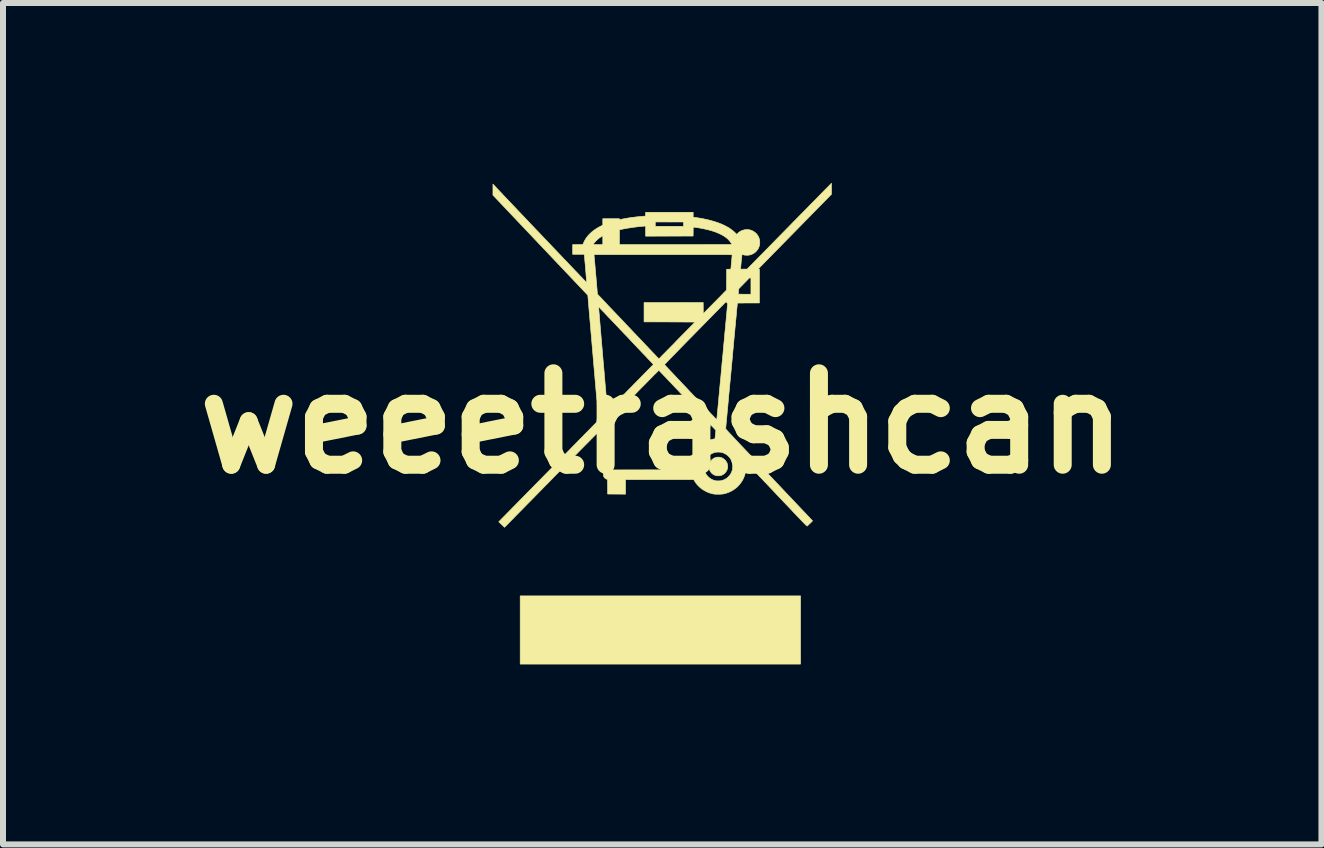
<source format=kicad_pcb>
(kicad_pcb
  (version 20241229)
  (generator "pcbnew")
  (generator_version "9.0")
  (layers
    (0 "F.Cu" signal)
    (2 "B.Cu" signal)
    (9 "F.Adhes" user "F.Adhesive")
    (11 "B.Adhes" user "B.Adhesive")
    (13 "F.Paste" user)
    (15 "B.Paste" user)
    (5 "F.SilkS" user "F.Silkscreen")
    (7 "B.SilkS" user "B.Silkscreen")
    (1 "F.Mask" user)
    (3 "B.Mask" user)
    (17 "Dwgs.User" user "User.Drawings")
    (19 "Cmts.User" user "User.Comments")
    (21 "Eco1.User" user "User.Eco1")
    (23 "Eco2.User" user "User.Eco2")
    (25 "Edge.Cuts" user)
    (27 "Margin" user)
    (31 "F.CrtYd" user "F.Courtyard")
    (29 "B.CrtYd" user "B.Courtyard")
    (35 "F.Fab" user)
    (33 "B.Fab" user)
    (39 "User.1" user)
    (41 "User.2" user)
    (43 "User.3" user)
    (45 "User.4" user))
  (footprint "weeetrashcan"
    (layer "F.Cu")
    (at 7.99 4.008)
    (property "Reference" "weeetrashcan" (at 0 0 0) (layer "F.SilkS") (effects (font (size 1.524 1.524) (thickness 0.3))))
    (attr through_hole)
    (fp_poly (pts (xy 2.306 4.013) (xy -2.368 4.013) (xy -2.368 2.876) (xy 2.306 2.876) (xy 2.306 4.013)) (stroke (width 0.01) (type solid)) (fill yes) (layer "F.SilkS"))
    (fp_poly (pts (xy 0.947 0.563) (xy 0.976 0.568) (xy 1.002 0.578) (xy 1.026 0.593) (xy 1.047 0.611) (xy 1.064 0.632) (xy 1.078 0.655) (xy 1.087 0.681) (xy 1.091 0.708) (xy 1.091 0.736) (xy 1.09 0.744) (xy 1.082 0.772) (xy 1.069 0.798) (xy 1.052 0.821) (xy 1.032 0.841) (xy 1.008 0.857) (xy 0.981 0.868) (xy 0.974 0.871) (xy 0.959 0.873) (xy 0.942 0.874) (xy 0.923 0.874) (xy 0.907 0.873) (xy 0.896 0.871) (xy 0.868 0.86) (xy 0.843 0.846) (xy 0.821 0.827) (xy 0.804 0.804) (xy 0.79 0.779) (xy 0.789 0.775) (xy 0.783 0.754) (xy 0.78 0.731) (xy 0.779 0.708) (xy 0.782 0.686) (xy 0.783 0.68) (xy 0.793 0.654) (xy 0.807 0.63) (xy 0.825 0.609) (xy 0.846 0.591) (xy 0.869 0.577) (xy 0.895 0.568) (xy 0.921 0.563) (xy 0.947 0.563)) (stroke (width 0.01) (type solid)) (fill yes) (layer "F.SilkS"))
    (fp_poly (pts (xy 2.822 -3.912) (xy 2.822 -3.82) (xy 2.21 -3.196) (xy 1.598 -2.572) (xy 1.609 -2.572) (xy 1.62 -2.571) (xy 1.62 -2.007) (xy 1.437 -2.007) (xy 1.405 -2.007) (xy 1.375 -2.007) (xy 1.347 -2.006) (xy 1.322 -2.006) (xy 1.3 -2.006) (xy 1.282 -2.006) (xy 1.268 -2.006) (xy 1.258 -2.006) (xy 1.253 -2.005) (xy 1.253 -2.005) (xy 1.253 -2.002) (xy 1.252 -1.994) (xy 1.251 -1.981) (xy 1.249 -1.962) (xy 1.247 -1.939) (xy 1.244 -1.911) (xy 1.241 -1.878) (xy 1.238 -1.841) (xy 1.234 -1.801) (xy 1.23 -1.756) (xy 1.225 -1.708) (xy 1.221 -1.656) (xy 1.215 -1.601) (xy 1.21 -1.543) (xy 1.204 -1.482) (xy 1.198 -1.418) (xy 1.192 -1.352) (xy 1.186 -1.283) (xy 1.179 -1.213) (xy 1.173 -1.14) (xy 1.166 -1.066) (xy 1.159 -0.99) (xy 1.156 -0.959) (xy 1.149 -0.883) (xy 1.142 -0.808) (xy 1.135 -0.735) (xy 1.128 -0.663) (xy 1.122 -0.594) (xy 1.115 -0.526) (xy 1.109 -0.462) (xy 1.104 -0.399) (xy 1.098 -0.34) (xy 1.093 -0.283) (xy 1.088 -0.23) (xy 1.083 -0.18) (xy 1.079 -0.133) (xy 1.075 -0.091) (xy 1.071 -0.052) (xy 1.068 -0.017) (xy 1.065 0.013) (xy 1.063 0.038) (xy 1.061 0.059) (xy 1.06 0.075) (xy 1.059 0.086) (xy 1.058 0.091) (xy 1.058 0.092) (xy 1.059 0.093) (xy 1.063 0.097) (xy 1.068 0.104) (xy 1.076 0.112) (xy 1.086 0.123) (xy 1.098 0.137) (xy 1.113 0.153) (xy 1.131 0.172) (xy 1.151 0.193) (xy 1.174 0.218) (xy 1.2 0.246) (xy 1.228 0.276) (xy 1.26 0.31) (xy 1.295 0.347) (xy 1.333 0.387) (xy 1.374 0.431) (xy 1.419 0.478) (xy 1.467 0.528) (xy 1.518 0.582) (xy 1.573 0.64) (xy 1.632 0.702) (xy 1.694 0.768) (xy 1.76 0.838) (xy 1.782 0.861) (xy 1.835 0.916) (xy 1.887 0.971) (xy 1.938 1.024) (xy 1.987 1.076) (xy 2.035 1.127) (xy 2.081 1.176) (xy 2.126 1.223) (xy 2.169 1.269) (xy 2.21 1.312) (xy 2.249 1.353) (xy 2.286 1.392) (xy 2.32 1.428) (xy 2.352 1.462) (xy 2.382 1.493) (xy 2.408 1.521) (xy 2.432 1.546) (xy 2.453 1.568) (xy 2.47 1.587) (xy 2.484 1.602) (xy 2.495 1.613) (xy 2.502 1.621) (xy 2.506 1.625) (xy 2.506 1.625) (xy 2.504 1.628) (xy 2.499 1.633) (xy 2.491 1.641) (xy 2.481 1.651) (xy 2.47 1.662) (xy 2.458 1.673) (xy 2.446 1.684) (xy 2.436 1.694) (xy 2.427 1.703) (xy 2.42 1.709) (xy 2.417 1.711) (xy 2.416 1.711) (xy 2.416 1.712) (xy 2.415 1.711) (xy 2.413 1.711) (xy 2.411 1.71) (xy 2.408 1.707) (xy 2.405 1.704) (xy 2.4 1.7) (xy 2.395 1.695) (xy 2.388 1.688) (xy 2.379 1.68) (xy 2.37 1.67) (xy 2.358 1.658) (xy 2.345 1.645) (xy 2.33 1.629) (xy 2.312 1.611) (xy 2.293 1.59) (xy 2.271 1.567) (xy 2.246 1.542) (xy 2.219 1.513) (xy 2.189 1.482) (xy 2.157 1.447) (xy 2.121 1.409) (xy 2.082 1.368) (xy 2.039 1.323) (xy 1.993 1.275) (xy 1.944 1.223) (xy 1.903 1.18) (xy 1.859 1.133) (xy 1.816 1.088) (xy 1.774 1.044) (xy 1.734 1.001) (xy 1.694 0.96) (xy 1.657 0.92) (xy 1.621 0.883) (xy 1.588 0.847) (xy 1.556 0.814) (xy 1.527 0.783) (xy 1.5 0.755) (xy 1.476 0.73) (xy 1.455 0.708) (xy 1.437 0.688) (xy 1.422 0.672) (xy 1.41 0.66) (xy 1.401 0.651) (xy 1.396 0.646) (xy 1.395 0.645) (xy 1.395 0.648) (xy 1.395 0.655) (xy 1.396 0.666) (xy 1.397 0.679) (xy 1.397 0.682) (xy 1.399 0.73) (xy 1.395 0.779) (xy 1.386 0.827) (xy 1.374 0.867) (xy 1.356 0.914) (xy 1.333 0.958) (xy 1.305 0.999) (xy 1.273 1.037) (xy 1.238 1.071) (xy 1.198 1.101) (xy 1.156 1.127) (xy 1.11 1.149) (xy 1.061 1.166) (xy 1.026 1.175) (xy 1.016 1.177) (xy 1.006 1.178) (xy 0.996 1.179) (xy 0.984 1.18) (xy 0.97 1.181) (xy 0.951 1.181) (xy 0.934 1.181) (xy 0.912 1.181) (xy 0.895 1.181) (xy 0.881 1.18) (xy 0.87 1.179) (xy 0.86 1.178) (xy 0.85 1.176) (xy 0.843 1.175) (xy 0.792 1.161) (xy 0.744 1.142) (xy 0.699 1.118) (xy 0.657 1.091) (xy 0.619 1.059) (xy 0.584 1.023) (xy 0.553 0.983) (xy 0.536 0.956) (xy 0.524 0.937) (xy -0.612 0.937) (xy -0.612 1.18) (xy -0.761 1.179) (xy -0.91 1.178) (xy -0.911 1.056) (xy -0.911 1.026) (xy -0.911 1.002) (xy -0.912 0.982) (xy -0.912 0.966) (xy -0.912 0.954) (xy -0.913 0.946) (xy -0.913 0.94) (xy -0.914 0.936) (xy -0.915 0.935) (xy -0.916 0.934) (xy -0.923 0.932) (xy -0.933 0.928) (xy -0.944 0.921) (xy -0.954 0.914) (xy -0.957 0.911) (xy -0.96 0.908) (xy -0.963 0.905) (xy -0.966 0.903) (xy -0.968 0.9) (xy -0.97 0.897) (xy -0.972 0.892) (xy -0.974 0.887) (xy -0.976 0.881) (xy -0.978 0.872) (xy -0.98 0.862) (xy -0.981 0.85) (xy -0.983 0.835) (xy -0.985 0.817) (xy -0.987 0.796) (xy -0.99 0.772) (xy -0.992 0.744) (xy -0.995 0.712) (xy -0.998 0.675) (xy -1.002 0.635) (xy -1.006 0.589) (xy -1.01 0.538) (xy -1.013 0.5) (xy -1.017 0.454) (xy -1.021 0.411) (xy -1.025 0.369) (xy -1.028 0.329) (xy -1.031 0.292) (xy -1.034 0.258) (xy -1.037 0.227) (xy -1.04 0.199) (xy -1.042 0.176) (xy -1.044 0.156) (xy -1.045 0.141) (xy -1.046 0.131) (xy -1.047 0.127) (xy -1.047 0.126) (xy -1.049 0.128) (xy -1.055 0.134) (xy -1.065 0.143) (xy -1.078 0.156) (xy -1.094 0.173) (xy -1.114 0.193) (xy -1.137 0.216) (xy -1.163 0.242) (xy -1.192 0.271) (xy -1.223 0.303) (xy -1.257 0.337) (xy -1.294 0.374) (xy -1.333 0.414) (xy -1.374 0.455) (xy -1.417 0.499) (xy -1.462 0.545) (xy -1.509 0.592) (xy -1.557 0.641) (xy -1.607 0.692) (xy -1.658 0.744) (xy -1.71 0.798) (xy -1.764 0.852) (xy -1.794 0.882) (xy -1.848 0.938) (xy -1.902 0.993) (xy -1.955 1.046) (xy -2.006 1.099) (xy -2.057 1.151) (xy -2.106 1.201) (xy -2.153 1.249) (xy -2.199 1.296) (xy -2.243 1.34) (xy -2.285 1.383) (xy -2.325 1.424) (xy -2.363 1.462) (xy -2.398 1.498) (xy -2.431 1.531) (xy -2.461 1.562) (xy -2.488 1.59) (xy -2.512 1.614) (xy -2.533 1.635) (xy -2.55 1.653) (xy -2.565 1.668) (xy -2.575 1.679) (xy -2.582 1.685) (xy -2.584 1.687) (xy -2.629 1.733) (xy -2.677 1.687) (xy -2.725 1.641) (xy -1.916 0.818) (xy -1.86 0.761) (xy -1.804 0.704) (xy -1.75 0.649) (xy -1.696 0.594) (xy -1.644 0.541) (xy -1.593 0.49) (xy -1.544 0.44) (xy -1.497 0.391) (xy -1.451 0.345) (xy -1.408 0.301) (xy -1.367 0.259) (xy -1.327 0.219) (xy -1.291 0.181) (xy -1.257 0.147) (xy -1.225 0.115) (xy -1.196 0.085) (xy -1.171 0.059) (xy -1.148 0.036) (xy -1.129 0.016) (xy -1.112 -0.000081) (xy -1.1 -0.013) (xy -1.091 -0.022) (xy -1.086 -0.027) (xy -1.085 -0.028) (xy -1.083 -0.03) (xy -0.898 -0.03) (xy -0.896 -0.017) (xy -0.896 -0.013) (xy -0.895 -0.003) (xy -0.894 0.011) (xy -0.892 0.03) (xy -0.89 0.054) (xy -0.888 0.081) (xy -0.885 0.112) (xy -0.882 0.147) (xy -0.879 0.184) (xy -0.875 0.224) (xy -0.872 0.266) (xy -0.868 0.31) (xy -0.864 0.355) (xy -0.862 0.38) (xy -0.858 0.426) (xy -0.854 0.47) (xy -0.851 0.513) (xy -0.847 0.554) (xy -0.844 0.592) (xy -0.841 0.627) (xy -0.838 0.66) (xy -0.836 0.688) (xy -0.833 0.713) (xy -0.831 0.734) (xy -0.83 0.75) (xy -0.829 0.762) (xy -0.828 0.769) (xy -0.828 0.77) (xy -0.827 0.776) (xy -0.178 0.775) (xy 0.472 0.775) (xy 0.472 0.718) (xy 0.694 0.718) (xy 0.697 0.756) (xy 0.704 0.79) (xy 0.717 0.823) (xy 0.734 0.853) (xy 0.757 0.881) (xy 0.765 0.889) (xy 0.793 0.914) (xy 0.824 0.933) (xy 0.857 0.948) (xy 0.885 0.955) (xy 0.901 0.958) (xy 0.92 0.959) (xy 0.941 0.959) (xy 0.962 0.958) (xy 0.98 0.956) (xy 0.984 0.955) (xy 1.019 0.945) (xy 1.051 0.93) (xy 1.081 0.911) (xy 1.107 0.887) (xy 1.13 0.86) (xy 1.149 0.829) (xy 1.163 0.796) (xy 1.17 0.773) (xy 1.173 0.754) (xy 1.175 0.732) (xy 1.175 0.708) (xy 1.173 0.685) (xy 1.17 0.664) (xy 1.169 0.66) (xy 1.157 0.625) (xy 1.14 0.592) (xy 1.118 0.563) (xy 1.093 0.537) (xy 1.064 0.516) (xy 1.032 0.498) (xy 0.997 0.486) (xy 0.995 0.485) (xy 0.974 0.481) (xy 0.95 0.479) (xy 0.925 0.479) (xy 0.9 0.48) (xy 0.879 0.484) (xy 0.876 0.485) (xy 0.841 0.497) (xy 0.81 0.513) (xy 0.781 0.533) (xy 0.765 0.548) (xy 0.741 0.576) (xy 0.721 0.606) (xy 0.707 0.639) (xy 0.698 0.674) (xy 0.694 0.711) (xy 0.694 0.718) (xy 0.472 0.718) (xy 0.472 0.715) (xy 0.473 0.693) (xy 0.473 0.676) (xy 0.474 0.661) (xy 0.475 0.649) (xy 0.477 0.637) (xy 0.479 0.627) (xy 0.493 0.577) (xy 0.512 0.529) (xy 0.535 0.484) (xy 0.562 0.442) (xy 0.594 0.403) (xy 0.631 0.368) (xy 0.671 0.337) (xy 0.715 0.31) (xy 0.729 0.303) (xy 0.746 0.295) (xy 0.766 0.287) (xy 0.787 0.28) (xy 0.809 0.273) (xy 0.829 0.267) (xy 0.848 0.263) (xy 0.863 0.26) (xy 0.871 0.26) (xy 0.877 0.258) (xy 0.879 0.256) (xy 0.88 0.252) (xy 0.881 0.244) (xy 0.882 0.231) (xy 0.884 0.215) (xy 0.886 0.197) (xy 0.887 0.184) (xy 0.894 0.115) (xy 0.42 -0.385) (xy 0.377 -0.43) (xy 0.336 -0.474) (xy 0.295 -0.516) (xy 0.256 -0.558) (xy 0.218 -0.597) (xy 0.182 -0.635) (xy 0.148 -0.671) (xy 0.116 -0.704) (xy 0.086 -0.736) (xy 0.059 -0.765) (xy 0.034 -0.791) (xy 0.012 -0.814) (xy -0.008 -0.834) (xy -0.024 -0.852) (xy -0.038 -0.865) (xy -0.047 -0.876) (xy -0.054 -0.882) (xy -0.057 -0.885) (xy -0.057 -0.885) (xy -0.059 -0.883) (xy -0.065 -0.877) (xy -0.074 -0.867) (xy -0.087 -0.854) (xy -0.103 -0.838) (xy -0.123 -0.819) (xy -0.145 -0.797) (xy -0.169 -0.772) (xy -0.197 -0.744) (xy -0.226 -0.714) (xy -0.258 -0.682) (xy -0.291 -0.648) (xy -0.327 -0.612) (xy -0.364 -0.575) (xy -0.402 -0.536) (xy -0.441 -0.495) (xy -0.479 -0.458) (xy -0.898 -0.03) (xy -1.083 -0.03) (xy -1.061 -0.052) (xy -1.151 -1.094) (xy -1.224 -1.942) (xy -1.06 -1.942) (xy -1.06 -1.939) (xy -1.06 -1.931) (xy -1.059 -1.918) (xy -1.057 -1.899) (xy -1.055 -1.876) (xy -1.053 -1.849) (xy -1.05 -1.818) (xy -1.047 -1.783) (xy -1.044 -1.745) (xy -1.041 -1.703) (xy -1.037 -1.658) (xy -1.033 -1.61) (xy -1.029 -1.56) (xy -1.024 -1.508) (xy -1.02 -1.454) (xy -1.015 -1.398) (xy -1.01 -1.341) (xy -1.005 -1.283) (xy -1 -1.223) (xy -0.995 -1.163) (xy -0.99 -1.103) (xy -0.985 -1.043) (xy -0.979 -0.983) (xy -0.974 -0.923) (xy -0.969 -0.864) (xy -0.964 -0.805) (xy -0.959 -0.748) (xy -0.955 -0.693) (xy -0.95 -0.639) (xy -0.945 -0.587) (xy -0.941 -0.538) (xy -0.937 -0.491) (xy -0.933 -0.446) (xy -0.93 -0.405) (xy -0.926 -0.367) (xy -0.923 -0.333) (xy -0.921 -0.302) (xy -0.918 -0.276) (xy -0.916 -0.254) (xy -0.915 -0.237) (xy -0.914 -0.224) (xy -0.913 -0.217) (xy -0.913 -0.215) (xy -0.911 -0.205) (xy -0.858 -0.258) (xy -0.85 -0.266) (xy -0.839 -0.278) (xy -0.824 -0.293) (xy -0.805 -0.312) (xy -0.784 -0.333) (xy -0.76 -0.358) (xy -0.734 -0.384) (xy -0.705 -0.413) (xy -0.675 -0.444) (xy -0.643 -0.477) (xy -0.609 -0.511) (xy -0.575 -0.547) (xy -0.539 -0.583) (xy -0.502 -0.62) (xy -0.476 -0.647) (xy -0.149 -0.98) (xy 0.038 -0.98) (xy 0.04 -0.978) (xy 0.046 -0.971) (xy 0.055 -0.962) (xy 0.067 -0.948) (xy 0.082 -0.932) (xy 0.1 -0.912) (xy 0.121 -0.89) (xy 0.144 -0.866) (xy 0.17 -0.839) (xy 0.197 -0.81) (xy 0.226 -0.779) (xy 0.257 -0.746) (xy 0.289 -0.713) (xy 0.322 -0.677) (xy 0.356 -0.642) (xy 0.391 -0.605) (xy 0.426 -0.568) (xy 0.461 -0.53) (xy 0.497 -0.493) (xy 0.532 -0.455) (xy 0.568 -0.418) (xy 0.602 -0.382) (xy 0.636 -0.346) (xy 0.669 -0.312) (xy 0.7 -0.279) (xy 0.73 -0.247) (xy 0.759 -0.217) (xy 0.786 -0.189) (xy 0.81 -0.163) (xy 0.833 -0.14) (xy 0.853 -0.119) (xy 0.87 -0.101) (xy 0.884 -0.086) (xy 0.896 -0.075) (xy 0.904 -0.067) (xy 0.908 -0.062) (xy 0.909 -0.062) (xy 0.909 -0.065) (xy 0.91 -0.073) (xy 0.912 -0.087) (xy 0.913 -0.105) (xy 0.916 -0.128) (xy 0.918 -0.156) (xy 0.921 -0.189) (xy 0.925 -0.225) (xy 0.929 -0.266) (xy 0.933 -0.31) (xy 0.938 -0.358) (xy 0.942 -0.409) (xy 0.947 -0.464) (xy 0.953 -0.521) (xy 0.958 -0.582) (xy 0.964 -0.644) (xy 0.97 -0.71) (xy 0.977 -0.777) (xy 0.983 -0.846) (xy 0.99 -0.917) (xy 0.996 -0.99) (xy 1 -1.029) (xy 1.007 -1.102) (xy 1.014 -1.174) (xy 1.02 -1.244) (xy 1.026 -1.313) (xy 1.033 -1.379) (xy 1.039 -1.444) (xy 1.044 -1.505) (xy 1.05 -1.564) (xy 1.055 -1.621) (xy 1.06 -1.674) (xy 1.065 -1.724) (xy 1.069 -1.77) (xy 1.073 -1.813) (xy 1.077 -1.852) (xy 1.08 -1.887) (xy 1.083 -1.918) (xy 1.085 -1.944) (xy 1.087 -1.965) (xy 1.089 -1.982) (xy 1.09 -1.993) (xy 1.091 -1.999) (xy 1.091 -2) (xy 1.091 -2.004) (xy 1.088 -2.006) (xy 1.083 -2.007) (xy 1.078 -2.008) (xy 1.075 -2.01) (xy 1.073 -2.016) (xy 1.072 -2.022) (xy 1.071 -2.036) (xy 0.555 -1.51) (xy 0.51 -1.464) (xy 0.466 -1.419) (xy 0.423 -1.376) (xy 0.382 -1.334) (xy 0.342 -1.293) (xy 0.304 -1.254) (xy 0.268 -1.217) (xy 0.234 -1.182) (xy 0.202 -1.149) (xy 0.172 -1.119) (xy 0.145 -1.091) (xy 0.12 -1.066) (xy 0.099 -1.044) (xy 0.08 -1.024) (xy 0.065 -1.008) (xy 0.053 -0.996) (xy 0.044 -0.987) (xy 0.039 -0.981) (xy 0.038 -0.98) (xy -0.149 -0.98) (xy -0.146 -0.983) (xy -0.17 -1.007) (xy -0.174 -1.011) (xy -0.182 -1.02) (xy -0.193 -1.032) (xy -0.208 -1.047) (xy -0.226 -1.066) (xy -0.247 -1.088) (xy -0.27 -1.113) (xy -0.296 -1.14) (xy -0.325 -1.17) (xy -0.356 -1.203) (xy -0.388 -1.237) (xy -0.423 -1.273) (xy -0.459 -1.312) (xy -0.497 -1.351) (xy -0.535 -1.392) (xy -0.575 -1.435) (xy -0.616 -1.478) (xy -0.627 -1.488) (xy -0.667 -1.531) (xy -0.707 -1.573) (xy -0.745 -1.614) (xy -0.782 -1.653) (xy -0.818 -1.69) (xy -0.852 -1.726) (xy -0.884 -1.759) (xy -0.914 -1.79) (xy -0.941 -1.819) (xy -0.966 -1.846) (xy -0.989 -1.869) (xy -1.009 -1.89) (xy -1.026 -1.907) (xy -1.039 -1.921) (xy -1.05 -1.932) (xy -1.057 -1.939) (xy -1.06 -1.942) (xy -1.06 -1.942) (xy -1.224 -1.942) (xy -1.24 -2.136) (xy -2.822 -3.805) (xy -2.822 -3.897) (xy -2.822 -3.989) (xy -2.802 -3.967) (xy -2.793 -3.958) (xy -2.78 -3.944) (xy -2.765 -3.928) (xy -2.746 -3.908) (xy -2.724 -3.885) (xy -2.699 -3.859) (xy -2.672 -3.83) (xy -2.643 -3.799) (xy -2.611 -3.765) (xy -2.577 -3.729) (xy -2.541 -3.691) (xy -2.503 -3.651) (xy -2.463 -3.61) (xy -2.422 -3.566) (xy -2.38 -3.522) (xy -2.336 -3.476) (xy -2.291 -3.429) (xy -2.246 -3.381) (xy -2.2 -3.332) (xy -2.153 -3.283) (xy -2.106 -3.233) (xy -2.058 -3.184) (xy -2.011 -3.134) (xy -1.963 -3.084) (xy -1.916 -3.034) (xy -1.869 -2.985) (xy -1.823 -2.936) (xy -1.777 -2.889) (xy -1.733 -2.842) (xy -1.689 -2.796) (xy -1.647 -2.751) (xy -1.605 -2.708) (xy -1.566 -2.667) (xy -1.528 -2.627) (xy -1.492 -2.589) (xy -1.458 -2.553) (xy -1.426 -2.52) (xy -1.396 -2.489) (xy -1.369 -2.46) (xy -1.344 -2.435) (xy -1.323 -2.412) (xy -1.304 -2.392) (xy -1.288 -2.376) (xy -1.276 -2.363) (xy -1.267 -2.354) (xy -1.261 -2.348) (xy -1.259 -2.346) (xy -1.259 -2.35) (xy -1.26 -2.358) (xy -1.261 -2.371) (xy -1.262 -2.389) (xy -1.264 -2.41) (xy -1.266 -2.435) (xy -1.269 -2.463) (xy -1.271 -2.494) (xy -1.274 -2.527) (xy -1.277 -2.562) (xy -1.278 -2.58) (xy -1.281 -2.615) (xy -1.284 -2.649) (xy -1.287 -2.681) (xy -1.29 -2.711) (xy -1.292 -2.737) (xy -1.294 -2.761) (xy -1.296 -2.781) (xy -1.297 -2.796) (xy -1.298 -2.807) (xy -1.298 -2.813) (xy -1.298 -2.814) (xy -1.138 -2.814) (xy -1.136 -2.805) (xy -1.136 -2.801) (xy -1.135 -2.791) (xy -1.134 -2.777) (xy -1.132 -2.759) (xy -1.13 -2.736) (xy -1.128 -2.709) (xy -1.125 -2.679) (xy -1.122 -2.646) (xy -1.119 -2.61) (xy -1.116 -2.572) (xy -1.112 -2.532) (xy -1.109 -2.49) (xy -1.107 -2.475) (xy -1.08 -2.155) (xy -1.066 -2.139) (xy -1.062 -2.136) (xy -1.056 -2.128) (xy -1.045 -2.117) (xy -1.031 -2.103) (xy -1.014 -2.085) (xy -0.994 -2.064) (xy -0.971 -2.039) (xy -0.945 -2.012) (xy -0.917 -1.982) (xy -0.887 -1.95) (xy -0.854 -1.916) (xy -0.819 -1.879) (xy -0.782 -1.84) (xy -0.744 -1.8) (xy -0.704 -1.758) (xy -0.663 -1.715) (xy -0.621 -1.67) (xy -0.577 -1.624) (xy -0.553 -1.599) (xy -0.056 -1.075) (xy -0.042 -1.088) (xy -0.039 -1.092) (xy -0.031 -1.099) (xy -0.021 -1.11) (xy -0.007 -1.125) (xy 0.01 -1.142) (xy 0.03 -1.162) (xy 0.053 -1.185) (xy 0.077 -1.21) (xy 0.104 -1.237) (xy 0.133 -1.266) (xy 0.163 -1.297) (xy 0.195 -1.329) (xy 0.227 -1.363) (xy 0.259 -1.396) (xy 0.548 -1.689) (xy 0.122 -1.691) (xy -0.303 -1.692) (xy -0.303 -2.014) (xy 0.19 -2.014) (xy 0.683 -2.015) (xy 0.684 -1.922) (xy 0.684 -1.828) (xy 1.006 -2.155) (xy 1.267 -2.155) (xy 1.27 -2.155) (xy 1.278 -2.155) (xy 1.29 -2.154) (xy 1.306 -2.154) (xy 1.325 -2.154) (xy 1.347 -2.153) (xy 1.37 -2.153) (xy 1.373 -2.153) (xy 1.479 -2.153) (xy 1.479 -2.424) (xy 1.452 -2.424) (xy 1.364 -2.334) (xy 1.276 -2.244) (xy 1.271 -2.201) (xy 1.27 -2.186) (xy 1.269 -2.173) (xy 1.268 -2.163) (xy 1.267 -2.157) (xy 1.267 -2.155) (xy 1.006 -2.155) (xy 1.071 -2.222) (xy 1.074 -2.57) (xy 1.108 -2.57) (xy 1.123 -2.571) (xy 1.133 -2.571) (xy 1.139 -2.572) (xy 1.142 -2.573) (xy 1.144 -2.575) (xy 1.144 -2.577) (xy 1.145 -2.582) (xy 1.146 -2.59) (xy 1.147 -2.603) (xy 1.149 -2.62) (xy 1.15 -2.639) (xy 1.152 -2.66) (xy 1.154 -2.682) (xy 1.157 -2.704) (xy 1.159 -2.726) (xy 1.16 -2.747) (xy 1.162 -2.766) (xy 1.164 -2.783) (xy 1.165 -2.796) (xy 1.165 -2.805) (xy 1.166 -2.809) (xy 1.165 -2.809) (xy 1.165 -2.81) (xy 1.163 -2.81) (xy 1.161 -2.81) (xy 1.158 -2.811) (xy 1.154 -2.811) (xy 1.149 -2.811) (xy 1.142 -2.811) (xy 1.134 -2.812) (xy 1.123 -2.812) (xy 1.111 -2.812) (xy 1.097 -2.812) (xy 1.081 -2.813) (xy 1.062 -2.813) (xy 1.041 -2.813) (xy 1.016 -2.813) (xy 0.989 -2.813) (xy 0.959 -2.813) (xy 0.926 -2.813) (xy 0.89 -2.813) (xy 0.85 -2.813) (xy 0.806 -2.814) (xy 0.758 -2.814) (xy 0.707 -2.814) (xy 0.651 -2.814) (xy 0.591 -2.814) (xy 0.526 -2.814) (xy 0.457 -2.814) (xy 0.383 -2.814) (xy 0.304 -2.814) (xy 0.22 -2.814) (xy 0.13 -2.814) (xy 0.036 -2.814) (xy -1.138 -2.814) (xy -1.298 -2.814) (xy -1.298 -2.814) (xy -1.299 -2.816) (xy -1.3 -2.817) (xy -1.303 -2.818) (xy -1.308 -2.818) (xy -1.315 -2.819) (xy -1.326 -2.819) (xy -1.34 -2.819) (xy -1.359 -2.819) (xy -1.383 -2.819) (xy -1.396 -2.819) (xy -1.493 -2.819) (xy -1.493 -2.98) (xy -1.408 -2.981) (xy -1.323 -2.982) (xy -1.323 -2.983) (xy -1.149 -2.983) (xy -1.146 -2.982) (xy -1.138 -2.981) (xy -1.126 -2.981) (xy -1.111 -2.981) (xy -1.093 -2.98) (xy -1.073 -2.98) (xy -1.07 -2.98) (xy -0.991 -2.98) (xy -0.714 -2.98) (xy 0.221 -2.98) (xy 0.293 -2.98) (xy 0.364 -2.98) (xy 0.433 -2.98) (xy 0.501 -2.98) (xy 0.566 -2.98) (xy 0.629 -2.98) (xy 0.689 -2.981) (xy 0.747 -2.981) (xy 0.802 -2.981) (xy 0.854 -2.981) (xy 0.902 -2.981) (xy 0.947 -2.981) (xy 0.988 -2.981) (xy 1.026 -2.981) (xy 1.059 -2.981) (xy 1.087 -2.981) (xy 1.111 -2.981) (xy 1.131 -2.982) (xy 1.145 -2.982) (xy 1.154 -2.982) (xy 1.158 -2.982) (xy 1.158 -2.982) (xy 1.158 -2.986) (xy 1.155 -2.994) (xy 1.15 -3.004) (xy 1.142 -3.016) (xy 1.132 -3.029) (xy 1.121 -3.043) (xy 1.11 -3.056) (xy 1.099 -3.068) (xy 1.095 -3.072) (xy 1.063 -3.099) (xy 1.026 -3.124) (xy 0.984 -3.148) (xy 0.937 -3.17) (xy 0.885 -3.191) (xy 0.828 -3.21) (xy 0.766 -3.227) (xy 0.7 -3.242) (xy 0.629 -3.256) (xy 0.58 -3.264) (xy 0.564 -3.266) (xy 0.549 -3.268) (xy 0.536 -3.27) (xy 0.528 -3.272) (xy 0.524 -3.272) (xy 0.517 -3.274) (xy 0.516 -3.198) (xy 0.515 -3.123) (xy 0.119 -3.122) (xy -0.277 -3.121) (xy -0.277 -3.285) (xy -0.116 -3.285) (xy 0.356 -3.285) (xy 0.355 -3.321) (xy 0.354 -3.357) (xy -0.116 -3.358) (xy -0.116 -3.285) (xy -0.277 -3.285) (xy -0.277 -3.291) (xy -0.29 -3.289) (xy -0.298 -3.289) (xy -0.31 -3.287) (xy -0.325 -3.286) (xy -0.337 -3.285) (xy -0.388 -3.28) (xy -0.44 -3.274) (xy -0.493 -3.267) (xy -0.545 -3.259) (xy -0.596 -3.251) (xy -0.643 -3.242) (xy -0.687 -3.233) (xy -0.697 -3.231) (xy -0.713 -3.227) (xy -0.713 -3.104) (xy -0.714 -2.98) (xy -0.991 -2.98) (xy -0.991 -3.128) (xy -1.004 -3.12) (xy -1.04 -3.097) (xy -1.073 -3.072) (xy -1.095 -3.051) (xy -1.108 -3.038) (xy -1.119 -3.025) (xy -1.13 -3.013) (xy -1.139 -3.001) (xy -1.145 -2.991) (xy -1.148 -2.984) (xy -1.149 -2.983) (xy -1.323 -2.983) (xy -1.311 -3.01) (xy -1.292 -3.049) (xy -1.27 -3.086) (xy -1.243 -3.122) (xy -1.211 -3.156) (xy -1.205 -3.163) (xy -1.167 -3.197) (xy -1.126 -3.228) (xy -1.081 -3.257) (xy -1.032 -3.284) (xy -1.022 -3.289) (xy -0.991 -3.305) (xy -0.991 -3.412) (xy -0.714 -3.412) (xy -0.714 -3.403) (xy -0.713 -3.397) (xy -0.711 -3.396) (xy -0.709 -3.396) (xy -0.705 -3.397) (xy -0.696 -3.399) (xy -0.684 -3.402) (xy -0.669 -3.405) (xy -0.663 -3.406) (xy -0.606 -3.417) (xy -0.544 -3.427) (xy -0.479 -3.436) (xy -0.413 -3.444) (xy -0.346 -3.45) (xy -0.338 -3.451) (xy -0.277 -3.456) (xy -0.277 -3.519) (xy 0.516 -3.519) (xy 0.516 -3.438) (xy 0.526 -3.436) (xy 0.532 -3.435) (xy 0.542 -3.434) (xy 0.555 -3.432) (xy 0.571 -3.43) (xy 0.576 -3.429) (xy 0.658 -3.416) (xy 0.735 -3.4) (xy 0.809 -3.382) (xy 0.878 -3.362) (xy 0.943 -3.34) (xy 1.003 -3.316) (xy 1.058 -3.289) (xy 1.109 -3.261) (xy 1.154 -3.23) (xy 1.194 -3.198) (xy 1.216 -3.177) (xy 1.243 -3.151) (xy 1.259 -3.167) (xy 1.284 -3.189) (xy 1.312 -3.207) (xy 1.341 -3.219) (xy 1.371 -3.227) (xy 1.402 -3.231) (xy 1.433 -3.23) (xy 1.463 -3.225) (xy 1.492 -3.216) (xy 1.519 -3.202) (xy 1.545 -3.185) (xy 1.568 -3.164) (xy 1.588 -3.14) (xy 1.605 -3.112) (xy 1.617 -3.08) (xy 1.621 -3.066) (xy 1.625 -3.046) (xy 1.626 -3.023) (xy 1.626 -2.999) (xy 1.623 -2.976) (xy 1.62 -2.963) (xy 1.609 -2.93) (xy 1.593 -2.9) (xy 1.572 -2.874) (xy 1.548 -2.85) (xy 1.52 -2.831) (xy 1.489 -2.816) (xy 1.462 -2.808) (xy 1.441 -2.804) (xy 1.417 -2.803) (xy 1.392 -2.803) (xy 1.369 -2.806) (xy 1.351 -2.811) (xy 1.341 -2.814) (xy 1.334 -2.815) (xy 1.33 -2.816) (xy 1.33 -2.816) (xy 1.33 -2.813) (xy 1.329 -2.805) (xy 1.327 -2.793) (xy 1.326 -2.777) (xy 1.324 -2.759) (xy 1.322 -2.738) (xy 1.319 -2.717) (xy 1.317 -2.694) (xy 1.315 -2.672) (xy 1.313 -2.65) (xy 1.311 -2.63) (xy 1.31 -2.612) (xy 1.308 -2.597) (xy 1.307 -2.586) (xy 1.307 -2.579) (xy 1.307 -2.577) (xy 1.307 -2.571) (xy 1.361 -2.572) (xy 1.416 -2.572) (xy 2.076 -3.244) (xy 2.127 -3.296) (xy 2.177 -3.348) (xy 2.227 -3.398) (xy 2.276 -3.448) (xy 2.323 -3.496) (xy 2.369 -3.542) (xy 2.413 -3.587) (xy 2.455 -3.631) (xy 2.496 -3.672) (xy 2.535 -3.711) (xy 2.571 -3.748) (xy 2.605 -3.783) (xy 2.636 -3.815) (xy 2.665 -3.844) (xy 2.691 -3.871) (xy 2.714 -3.894) (xy 2.734 -3.914) (xy 2.751 -3.931) (xy 2.764 -3.944) (xy 2.773 -3.954) (xy 2.779 -3.959) (xy 2.779 -3.96) (xy 2.822 -4.003) (xy 2.822 -3.912)) (stroke (width 0.01) (type solid)) (fill yes) (layer "F.SilkS")))
  (gr_rect
    (start -3 -3)
    (end 18.98 11.027)
    (stroke (width 0.1) (type default))
    (fill no)
    (layer "Edge.Cuts")))
</source>
